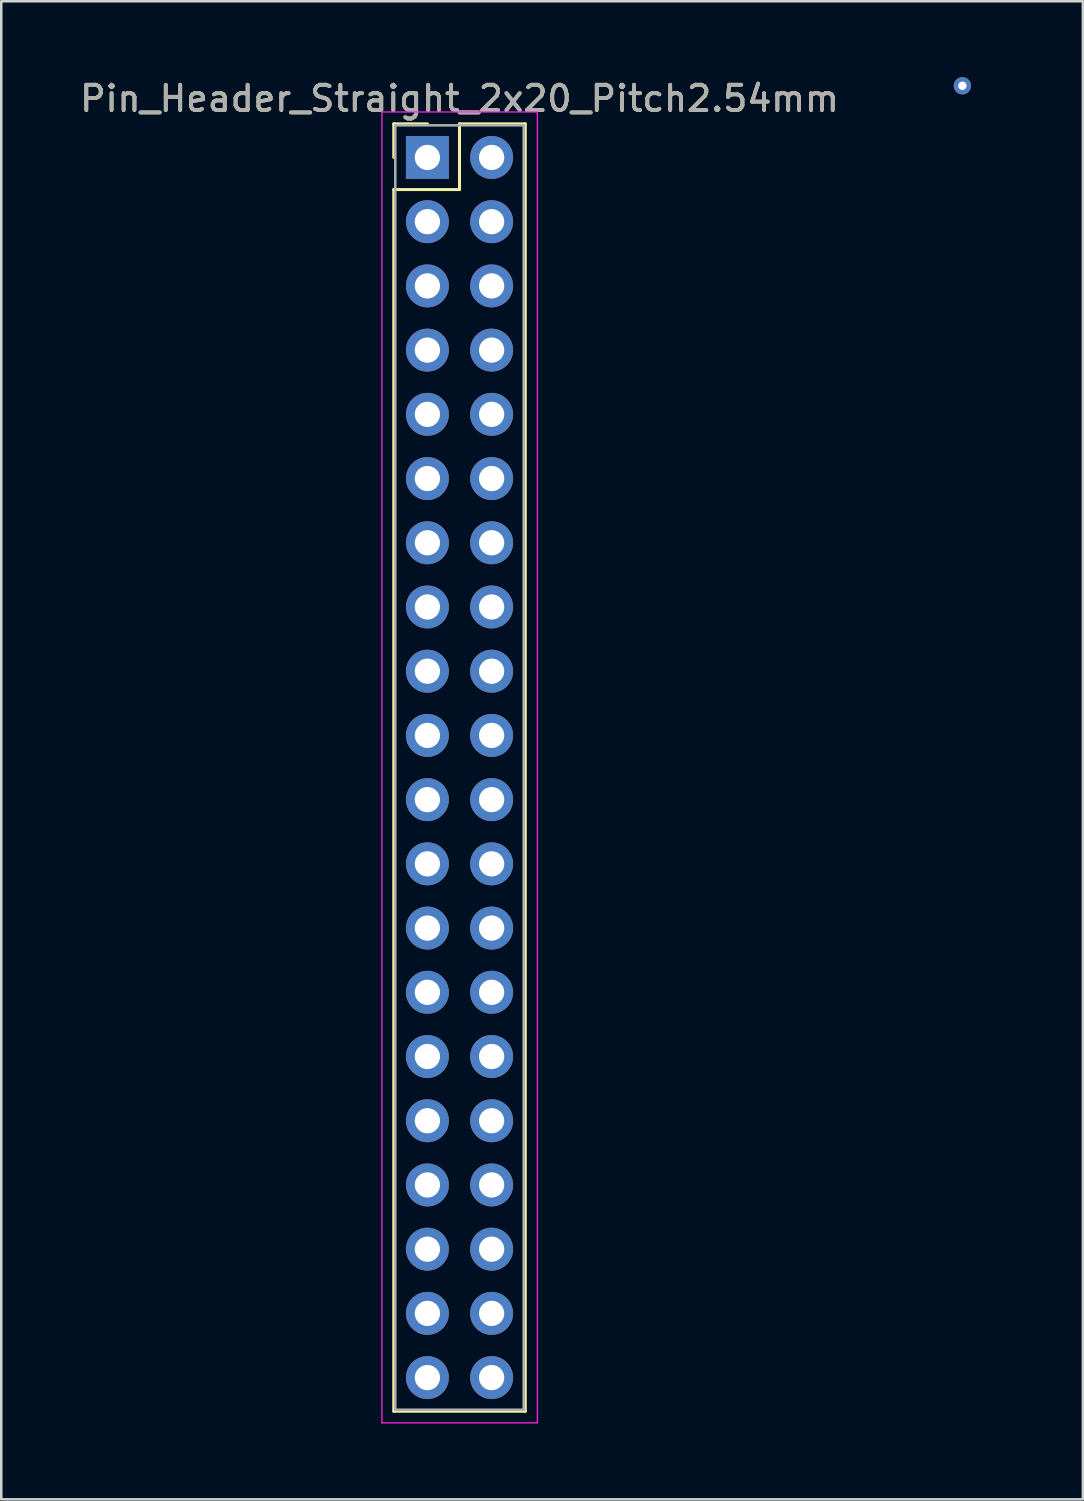
<source format=kicad_pcb>
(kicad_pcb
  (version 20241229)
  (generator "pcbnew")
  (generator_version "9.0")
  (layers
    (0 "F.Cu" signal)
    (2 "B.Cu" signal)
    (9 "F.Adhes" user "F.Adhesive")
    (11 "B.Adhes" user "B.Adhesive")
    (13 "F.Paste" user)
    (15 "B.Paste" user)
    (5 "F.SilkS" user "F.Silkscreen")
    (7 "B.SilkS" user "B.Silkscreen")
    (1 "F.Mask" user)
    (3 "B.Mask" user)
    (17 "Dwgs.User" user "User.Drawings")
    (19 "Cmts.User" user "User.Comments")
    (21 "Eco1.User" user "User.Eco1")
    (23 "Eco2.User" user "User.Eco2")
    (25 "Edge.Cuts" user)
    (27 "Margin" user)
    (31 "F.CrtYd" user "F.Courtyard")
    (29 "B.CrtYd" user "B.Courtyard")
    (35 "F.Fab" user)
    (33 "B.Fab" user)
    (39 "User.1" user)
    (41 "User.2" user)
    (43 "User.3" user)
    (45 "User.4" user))
  (footprint "Pin_Header_Straight_2x20_Pitch2.54mm"
    (layer "F.Cu")
    (at 13.855 3.178)
    (property "Reference" "Pin_Header_Straight_2x20_Pitch2.54mm" (at 1.27 -2.33 0) (layer "F.SilkS") (effects (font (size 1 1) (thickness 0.15))))
    (attr through_hole)
    (fp_line (start -1.33 -1.33) (end 0 -1.33) (stroke (width 0.12) (type solid)) (layer "F.SilkS"))
    (fp_line (start -1.33 0) (end -1.33 -1.33) (stroke (width 0.12) (type solid)) (layer "F.SilkS"))
    (fp_line (start -1.33 1.27) (end -1.33 49.59) (stroke (width 0.12) (type solid)) (layer "F.SilkS"))
    (fp_line (start -1.33 49.59) (end 3.87 49.59) (stroke (width 0.12) (type solid)) (layer "F.SilkS"))
    (fp_line (start 1.27 -1.33) (end 1.27 1.27) (stroke (width 0.12) (type solid)) (layer "F.SilkS"))
    (fp_line (start 1.27 1.27) (end -1.33 1.27) (stroke (width 0.12) (type solid)) (layer "F.SilkS"))
    (fp_line (start 3.87 -1.33) (end 1.27 -1.33) (stroke (width 0.12) (type solid)) (layer "F.SilkS"))
    (fp_line (start 3.87 49.59) (end 3.87 -1.33) (stroke (width 0.12) (type solid)) (layer "F.SilkS"))
    (fp_line (start -1.8 -1.8) (end -1.8 50.05) (stroke (width 0.05) (type solid)) (layer "F.CrtYd"))
    (fp_line (start -1.8 50.05) (end 4.35 50.05) (stroke (width 0.05) (type solid)) (layer "F.CrtYd"))
    (fp_line (start 4.35 -1.8) (end -1.8 -1.8) (stroke (width 0.05) (type solid)) (layer "F.CrtYd"))
    (fp_line (start 4.35 50.05) (end 4.35 -1.8) (stroke (width 0.05) (type solid)) (layer "F.CrtYd"))
    (fp_line (start -1.27 -1.27) (end -1.27 49.53) (stroke (width 0.1) (type solid)) (layer "F.Fab"))
    (fp_line (start -1.27 49.53) (end 3.81 49.53) (stroke (width 0.1) (type solid)) (layer "F.Fab"))
    (fp_line (start 3.81 -1.27) (end -1.27 -1.27) (stroke (width 0.1) (type solid)) (layer "F.Fab"))
    (fp_line (start 3.81 49.53) (end 3.81 -1.27) (stroke (width 0.1) (type solid)) (layer "F.Fab"))
    (fp_text user "${REFERENCE}" (at 1.27 -2.33 0) (layer "F.Fab") (effects (font (size 1 1) (thickness 0.15))))
    (pad "1" thru_hole rect (at 0 0) (size 1.7 1.7) (drill 1) (layers "*.Cu" "*.Mask"))
    (pad "2" thru_hole oval (at 2.54 0) (size 1.7 1.7) (drill 1) (layers "*.Cu" "*.Mask"))
    (pad "3" thru_hole oval (at 0 2.54) (size 1.7 1.7) (drill 1) (layers "*.Cu" "*.Mask"))
    (pad "4" thru_hole oval (at 2.54 2.54) (size 1.7 1.7) (drill 1) (layers "*.Cu" "*.Mask"))
    (pad "5" thru_hole oval (at 0 5.08) (size 1.7 1.7) (drill 1) (layers "*.Cu" "*.Mask"))
    (pad "6" thru_hole oval (at 2.54 5.08) (size 1.7 1.7) (drill 1) (layers "*.Cu" "*.Mask"))
    (pad "7" thru_hole oval (at 0 7.62) (size 1.7 1.7) (drill 1) (layers "*.Cu" "*.Mask"))
    (pad "8" thru_hole oval (at 2.54 7.62) (size 1.7 1.7) (drill 1) (layers "*.Cu" "*.Mask"))
    (pad "9" thru_hole oval (at 0 10.16) (size 1.7 1.7) (drill 1) (layers "*.Cu" "*.Mask"))
    (pad "10" thru_hole oval (at 2.54 10.16) (size 1.7 1.7) (drill 1) (layers "*.Cu" "*.Mask"))
    (pad "11" thru_hole oval (at 0 12.7) (size 1.7 1.7) (drill 1) (layers "*.Cu" "*.Mask"))
    (pad "12" thru_hole oval (at 2.54 12.7) (size 1.7 1.7) (drill 1) (layers "*.Cu" "*.Mask"))
    (pad "13" thru_hole oval (at 0 15.24) (size 1.7 1.7) (drill 1) (layers "*.Cu" "*.Mask"))
    (pad "14" thru_hole oval (at 2.54 15.24) (size 1.7 1.7) (drill 1) (layers "*.Cu" "*.Mask"))
    (pad "15" thru_hole oval (at 0 17.78) (size 1.7 1.7) (drill 1) (layers "*.Cu" "*.Mask"))
    (pad "16" thru_hole oval (at 2.54 17.78) (size 1.7 1.7) (drill 1) (layers "*.Cu" "*.Mask"))
    (pad "17" thru_hole oval (at 0 20.32) (size 1.7 1.7) (drill 1) (layers "*.Cu" "*.Mask"))
    (pad "18" thru_hole oval (at 2.54 20.32) (size 1.7 1.7) (drill 1) (layers "*.Cu" "*.Mask"))
    (pad "19" thru_hole oval (at 0 22.86) (size 1.7 1.7) (drill 1) (layers "*.Cu" "*.Mask"))
    (pad "20" thru_hole oval (at 2.54 22.86) (size 1.7 1.7) (drill 1) (layers "*.Cu" "*.Mask"))
    (pad "21" thru_hole oval (at 0 25.4) (size 1.7 1.7) (drill 1) (layers "*.Cu" "*.Mask"))
    (pad "22" thru_hole oval (at 2.54 25.4) (size 1.7 1.7) (drill 1) (layers "*.Cu" "*.Mask"))
    (pad "23" thru_hole oval (at 0 27.94) (size 1.7 1.7) (drill 1) (layers "*.Cu" "*.Mask"))
    (pad "24" thru_hole oval (at 2.54 27.94) (size 1.7 1.7) (drill 1) (layers "*.Cu" "*.Mask"))
    (pad "25" thru_hole oval (at 0 30.48) (size 1.7 1.7) (drill 1) (layers "*.Cu" "*.Mask"))
    (pad "26" thru_hole oval (at 2.54 30.48) (size 1.7 1.7) (drill 1) (layers "*.Cu" "*.Mask"))
    (pad "27" thru_hole oval (at 0 33.02) (size 1.7 1.7) (drill 1) (layers "*.Cu" "*.Mask"))
    (pad "28" thru_hole oval (at 2.54 33.02) (size 1.7 1.7) (drill 1) (layers "*.Cu" "*.Mask"))
    (pad "29" thru_hole oval (at 0 35.56) (size 1.7 1.7) (drill 1) (layers "*.Cu" "*.Mask"))
    (pad "30" thru_hole oval (at 2.54 35.56) (size 1.7 1.7) (drill 1) (layers "*.Cu" "*.Mask"))
    (pad "31" thru_hole oval (at 0 38.1) (size 1.7 1.7) (drill 1) (layers "*.Cu" "*.Mask"))
    (pad "32" thru_hole oval (at 2.54 38.1) (size 1.7 1.7) (drill 1) (layers "*.Cu" "*.Mask"))
    (pad "33" thru_hole oval (at 0 40.64) (size 1.7 1.7) (drill 1) (layers "*.Cu" "*.Mask"))
    (pad "34" thru_hole oval (at 2.54 40.64) (size 1.7 1.7) (drill 1) (layers "*.Cu" "*.Mask"))
    (pad "35" thru_hole oval (at 0 43.18) (size 1.7 1.7) (drill 1) (layers "*.Cu" "*.Mask"))
    (pad "36" thru_hole oval (at 2.54 43.18) (size 1.7 1.7) (drill 1) (layers "*.Cu" "*.Mask"))
    (pad "37" thru_hole oval (at 0 45.72) (size 1.7 1.7) (drill 1) (layers "*.Cu" "*.Mask"))
    (pad "38" thru_hole oval (at 2.54 45.72) (size 1.7 1.7) (drill 1) (layers "*.Cu" "*.Mask"))
    (pad "39" thru_hole oval (at 0 48.26) (size 1.7 1.7) (drill 1) (layers "*.Cu" "*.Mask"))
    (pad "40" thru_hole oval (at 2.54 48.26) (size 1.7 1.7) (drill 1) (layers "*.Cu" "*.Mask")))
  (footprint "Stitch"
    (layer "F.Cu")
    (at 35.015 0.343)
    (property "Reference" "Stitch" (at 0 1.5 0) (layer "Eco1.User") (effects (font (size 0.762 0.762) (thickness 0.127))))
    (attr through_hole)
    (pad "1" thru_hole circle (at 0 0) (size 0.686 0.686) (drill 0.33) (layers "*.Cu" "*.Mask")))
  (gr_rect
    (start -3 -3)
    (end 39.781 56.253)
    (stroke (width 0.1) (type default))
    (fill no)
    (layer "Edge.Cuts")))
</source>
